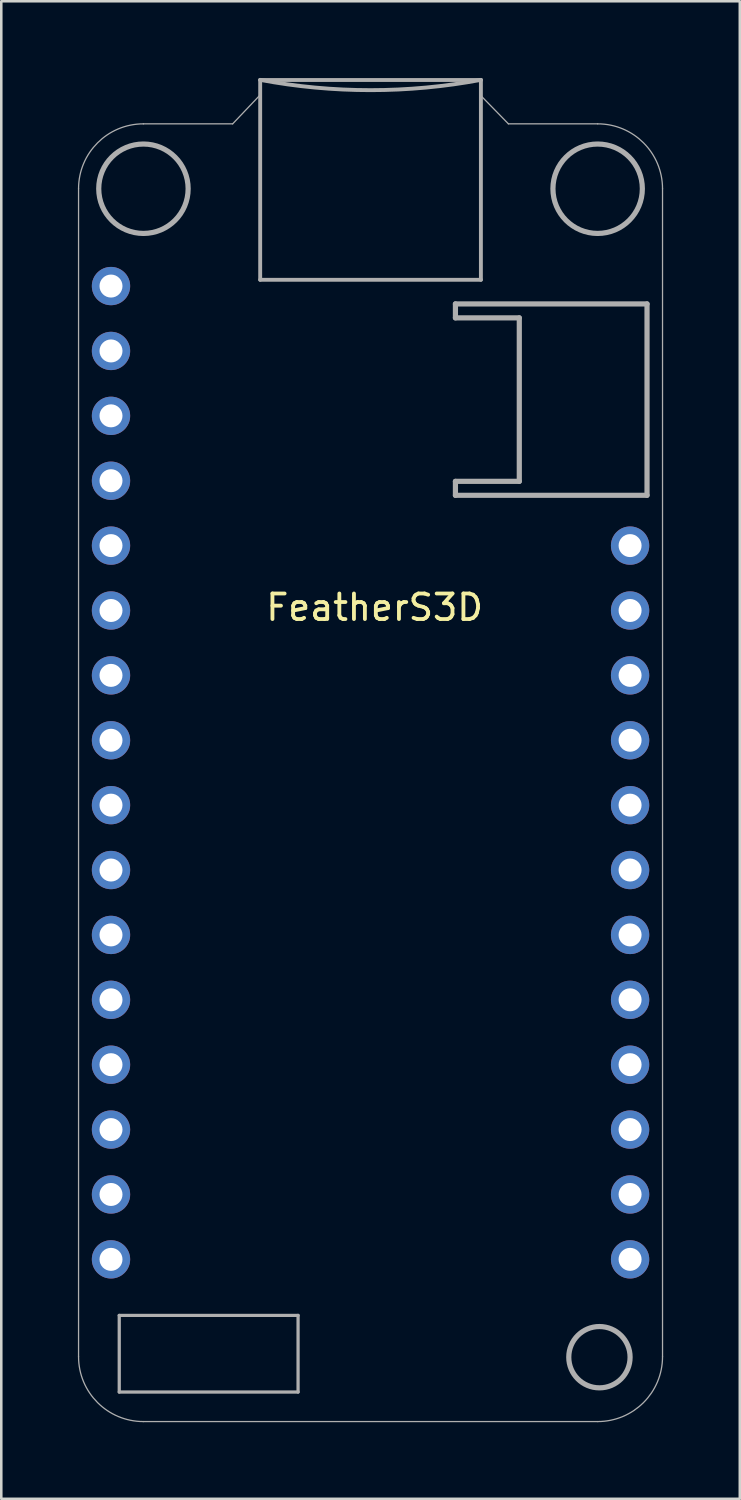
<source format=kicad_pcb>
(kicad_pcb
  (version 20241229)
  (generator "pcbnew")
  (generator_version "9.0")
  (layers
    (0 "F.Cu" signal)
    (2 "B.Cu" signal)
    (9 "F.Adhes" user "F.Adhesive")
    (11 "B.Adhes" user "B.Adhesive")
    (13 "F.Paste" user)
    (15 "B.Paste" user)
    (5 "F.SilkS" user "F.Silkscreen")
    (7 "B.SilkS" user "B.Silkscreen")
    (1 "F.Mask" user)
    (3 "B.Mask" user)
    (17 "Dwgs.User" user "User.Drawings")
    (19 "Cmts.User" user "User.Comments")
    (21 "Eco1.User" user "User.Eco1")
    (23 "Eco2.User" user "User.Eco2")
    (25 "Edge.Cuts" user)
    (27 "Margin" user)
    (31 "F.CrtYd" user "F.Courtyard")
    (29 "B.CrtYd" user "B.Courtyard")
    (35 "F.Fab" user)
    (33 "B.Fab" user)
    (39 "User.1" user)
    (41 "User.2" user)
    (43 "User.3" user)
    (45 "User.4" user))
  (footprint "FeatherS3D"
    (layer "F.Cu")
    (at 11.615 26.128)
    (property "Reference" "FeatherS3D" (at 0 -5.4 0) (unlocked yes) (layer "F.SilkS") (effects (font (size 1 1) (thickness 0.15))))
    (attr through_hole)
    (fp_line (start -11.59 -21.79) (end -11.59 23.93) (stroke (width 0.05) (type solid)) (layer "F.Fab"))
    (fp_line (start -9.997 22.314) (end -2.997 22.314) (stroke (width 0.127) (type solid)) (layer "F.Fab"))
    (fp_line (start -9.997 25.314) (end -9.997 22.314) (stroke (width 0.127) (type solid)) (layer "F.Fab"))
    (fp_line (start -9.05 26.47) (end 8.73 26.47) (stroke (width 0.05) (type solid)) (layer "F.Fab"))
    (fp_line (start -5.558 -24.33) (end -9.05 -24.33) (stroke (width 0.05) (type solid)) (layer "F.Fab"))
    (fp_line (start -4.486 -25.457) (end -5.558 -24.33) (stroke (width 0.05) (type solid)) (layer "F.Fab"))
    (fp_line (start -4.48 -18.226) (end -4.48 -26.046) (stroke (width 0.152) (type solid)) (layer "F.Fab"))
    (fp_line (start -4.48 -18.216) (end -4.48 -18.226) (stroke (width 0.01) (type solid)) (layer "F.Fab"))
    (fp_line (start -2.997 22.314) (end -2.997 25.314) (stroke (width 0.127) (type solid)) (layer "F.Fab"))
    (fp_line (start -2.997 25.314) (end -9.997 25.314) (stroke (width 0.127) (type solid)) (layer "F.Fab"))
    (fp_line (start 3.163 -17.281) (end 10.663 -17.281) (stroke (width 0.203) (type solid)) (layer "F.Fab"))
    (fp_line (start 3.163 -16.735) (end 3.163 -17.281) (stroke (width 0.203) (type solid)) (layer "F.Fab"))
    (fp_line (start 3.163 -10.335) (end 5.663 -10.335) (stroke (width 0.203) (type solid)) (layer "F.Fab"))
    (fp_line (start 3.163 -9.789) (end 3.163 -10.335) (stroke (width 0.203) (type solid)) (layer "F.Fab"))
    (fp_line (start 4.16 -26.046) (end -4.48 -26.046) (stroke (width 0.152) (type solid)) (layer "F.Fab"))
    (fp_line (start 4.16 -26.046) (end 4.16 -18.226) (stroke (width 0.152) (type solid)) (layer "F.Fab"))
    (fp_line (start 4.16 -22.646) (end 4.16 -24.246) (stroke (width 0.01) (type solid)) (layer "F.Fab"))
    (fp_line (start 4.16 -18.226) (end -4.48 -18.226) (stroke (width 0.152) (type solid)) (layer "F.Fab"))
    (fp_line (start 4.16 -18.216) (end 4.16 -18.226) (stroke (width 0.01) (type solid)) (layer "F.Fab"))
    (fp_line (start 5.237 -24.33) (end 4.182 -25.409) (stroke (width 0.05) (type solid)) (layer "F.Fab"))
    (fp_line (start 5.663 -16.735) (end 3.163 -16.735) (stroke (width 0.203) (type solid)) (layer "F.Fab"))
    (fp_line (start 5.663 -10.335) (end 5.663 -16.735) (stroke (width 0.203) (type solid)) (layer "F.Fab"))
    (fp_line (start 8.73 -24.33) (end 5.237 -24.33) (stroke (width 0.05) (type solid)) (layer "F.Fab"))
    (fp_line (start 10.663 -17.281) (end 10.663 -9.789) (stroke (width 0.203) (type solid)) (layer "F.Fab"))
    (fp_line (start 10.663 -9.789) (end 3.163 -9.789) (stroke (width 0.203) (type solid)) (layer "F.Fab"))
    (fp_line (start 11.27 23.93) (end 11.27 -21.79) (stroke (width 0.05) (type solid)) (layer "F.Fab"))
    (fp_arc (start -11.59 -21.79) (mid -10.846051 -23.586051) (end -9.05 -24.33) (stroke (width 0.05) (type solid)) (layer "F.Fab"))
    (fp_arc (start -9.05 26.47) (mid -10.846051 25.726051) (end -11.59 23.93) (stroke (width 0.05) (type solid)) (layer "F.Fab"))
    (fp_arc (start 4.16 -26.05135) (mid -0.16 -25.649025) (end -4.48 -26.05135) (stroke (width 0.1524) (type solid)) (layer "F.Fab"))
    (fp_arc (start 8.73 -24.33) (mid 10.526051 -23.586051) (end 11.27 -21.79) (stroke (width 0.05) (type solid)) (layer "F.Fab"))
    (fp_arc (start 11.27 23.93) (mid 10.526051 25.726051) (end 8.73 26.47) (stroke (width 0.05) (type solid)) (layer "F.Fab"))
    (fp_circle (center -9.05 -21.79) (end -7.3 -21.79) (stroke (width 0.203) (type solid)) (fill no) (layer "F.Fab"))
    (fp_circle (center 8.73 -21.79) (end 10.48 -21.79) (stroke (width 0.203) (type solid)) (fill no) (layer "F.Fab"))
    (fp_circle (center 8.8 23.95) (end 10 23.95) (stroke (width 0.203) (type solid)) (fill no) (layer "F.Fab"))
    (pad "1" thru_hole circle (at 10 -7.82) (size 1.5 1.5) (drill 0.9) (layers "*.Cu" "*.Mask"))
    (pad "2" thru_hole circle (at 10 -5.28) (size 1.5 1.5) (drill 0.9) (layers "*.Cu" "*.Mask"))
    (pad "3" thru_hole circle (at 10 -2.74) (size 1.5 1.5) (drill 0.9) (layers "*.Cu" "*.Mask"))
    (pad "4" thru_hole circle (at 10 -0.2) (size 1.5 1.5) (drill 0.9) (layers "*.Cu" "*.Mask"))
    (pad "5" thru_hole circle (at 10 2.34) (size 1.5 1.5) (drill 0.9) (layers "*.Cu" "*.Mask"))
    (pad "6" thru_hole circle (at 10 4.88) (size 1.5 1.5) (drill 0.9) (layers "*.Cu" "*.Mask"))
    (pad "7" thru_hole circle (at 10 7.42) (size 1.5 1.5) (drill 0.9) (layers "*.Cu" "*.Mask"))
    (pad "8" thru_hole circle (at 10 9.96) (size 1.5 1.5) (drill 0.9) (layers "*.Cu" "*.Mask"))
    (pad "9" thru_hole circle (at 10 12.5) (size 1.5 1.5) (drill 0.9) (layers "*.Cu" "*.Mask"))
    (pad "10" thru_hole circle (at 10 15.04) (size 1.5 1.5) (drill 0.9) (layers "*.Cu" "*.Mask"))
    (pad "11" thru_hole circle (at 10 17.58) (size 1.5 1.5) (drill 0.9) (layers "*.Cu" "*.Mask"))
    (pad "12" thru_hole circle (at 10 20.12) (size 1.5 1.5) (drill 0.9) (layers "*.Cu" "*.Mask"))
    (pad "13" thru_hole circle (at -10.32 20.12 180) (size 1.5 1.5) (drill 0.9) (layers "*.Cu" "*.Mask"))
    (pad "14" thru_hole circle (at -10.32 17.58 180) (size 1.5 1.5) (drill 0.9) (layers "*.Cu" "*.Mask"))
    (pad "15" thru_hole circle (at -10.32 15.04 180) (size 1.5 1.5) (drill 0.9) (layers "*.Cu" "*.Mask"))
    (pad "16" thru_hole circle (at -10.32 12.5 180) (size 1.5 1.5) (drill 0.9) (layers "*.Cu" "*.Mask"))
    (pad "17" thru_hole circle (at -10.32 9.96 180) (size 1.5 1.5) (drill 0.9) (layers "*.Cu" "*.Mask"))
    (pad "18" thru_hole circle (at -10.32 7.42 180) (size 1.5 1.5) (drill 0.9) (layers "*.Cu" "*.Mask"))
    (pad "19" thru_hole circle (at -10.32 4.88 180) (size 1.5 1.5) (drill 0.9) (layers "*.Cu" "*.Mask"))
    (pad "20" thru_hole circle (at -10.32 2.34 180) (size 1.5 1.5) (drill 0.9) (layers "*.Cu" "*.Mask"))
    (pad "21" thru_hole circle (at -10.32 -0.2 180) (size 1.5 1.5) (drill 0.9) (layers "*.Cu" "*.Mask"))
    (pad "22" thru_hole circle (at -10.32 -2.74 180) (size 1.5 1.5) (drill 0.9) (layers "*.Cu" "*.Mask"))
    (pad "23" thru_hole circle (at -10.32 -5.28 180) (size 1.5 1.5) (drill 0.9) (layers "*.Cu" "*.Mask"))
    (pad "24" thru_hole circle (at -10.32 -7.82 180) (size 1.5 1.5) (drill 0.9) (layers "*.Cu" "*.Mask"))
    (pad "25" thru_hole circle (at -10.32 -10.36 180) (size 1.5 1.5) (drill 0.9) (layers "*.Cu" "*.Mask"))
    (pad "26" thru_hole circle (at -10.32 -12.9 180) (size 1.5 1.5) (drill 0.9) (layers "*.Cu" "*.Mask"))
    (pad "27" thru_hole circle (at -10.32 -15.44 180) (size 1.5 1.5) (drill 0.9) (layers "*.Cu" "*.Mask"))
    (pad "28" thru_hole circle (at -10.32 -17.98 180) (size 1.5 1.5) (drill 0.9) (layers "*.Cu" "*.Mask")))
  (gr_rect
    (start -3 -3)
    (end 25.91 55.623)
    (stroke (width 0.1) (type default))
    (fill no)
    (layer "Edge.Cuts")))
</source>
